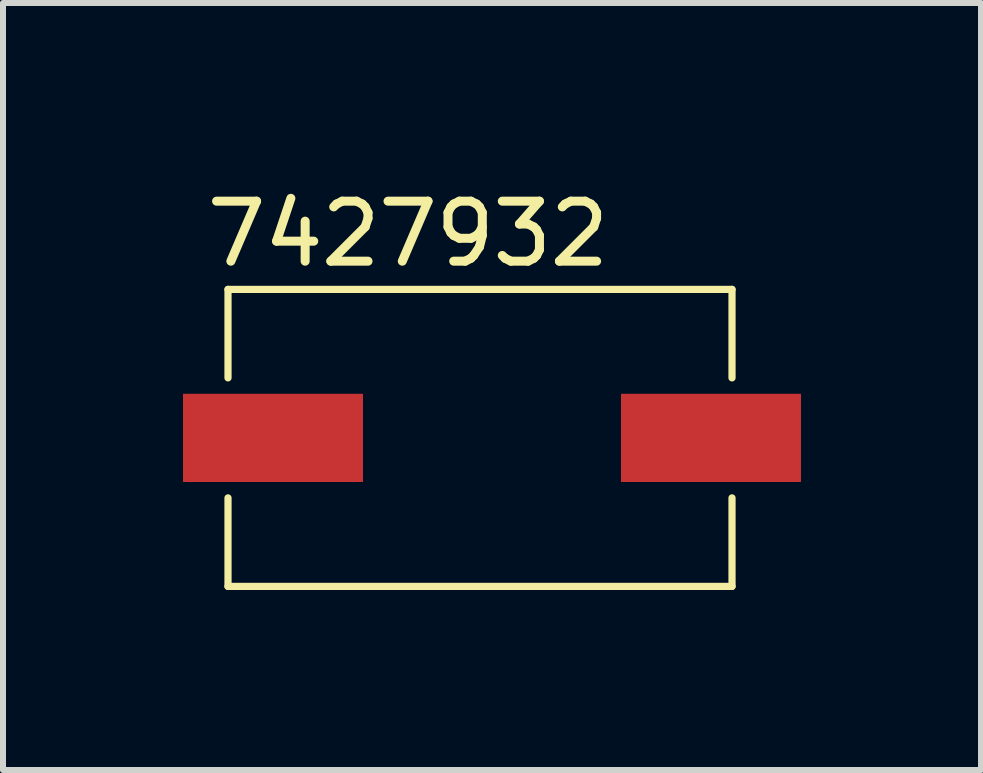
<source format=kicad_pcb>
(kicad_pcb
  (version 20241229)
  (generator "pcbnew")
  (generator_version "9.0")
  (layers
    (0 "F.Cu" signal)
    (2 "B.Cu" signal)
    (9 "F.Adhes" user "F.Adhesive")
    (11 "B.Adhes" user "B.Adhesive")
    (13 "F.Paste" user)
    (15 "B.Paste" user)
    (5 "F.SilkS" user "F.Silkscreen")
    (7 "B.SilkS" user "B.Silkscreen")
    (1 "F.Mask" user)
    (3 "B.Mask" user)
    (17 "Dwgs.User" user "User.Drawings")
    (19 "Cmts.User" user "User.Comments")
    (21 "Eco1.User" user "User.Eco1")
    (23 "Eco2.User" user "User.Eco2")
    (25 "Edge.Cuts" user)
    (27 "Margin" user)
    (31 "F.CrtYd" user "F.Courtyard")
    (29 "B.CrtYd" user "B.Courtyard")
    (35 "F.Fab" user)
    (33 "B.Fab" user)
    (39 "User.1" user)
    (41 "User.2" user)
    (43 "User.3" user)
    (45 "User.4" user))
  (footprint "7427932"
    (layer "F.Cu")
    (at 5.15 4.248)
    (property "Reference" "7427932" (at -1.4 -3.4 0) (unlocked yes) (layer "F.SilkS") (effects (font (size 1 1) (thickness 0.15))))
    (attr smd)
    (fp_line (start -4.4 -2.475) (end -4.4 -1) (stroke (width 0.12) (type solid)) (layer "F.SilkS"))
    (fp_line (start -4.4 2.475) (end -4.4 1) (stroke (width 0.12) (type solid)) (layer "F.SilkS"))
    (fp_line (start -4.4 2.475) (end 4 2.475) (stroke (width 0.12) (type solid)) (layer "F.SilkS"))
    (fp_line (start 4 -2.475) (end -4.4 -2.475) (stroke (width 0.12) (type solid)) (layer "F.SilkS"))
    (fp_line (start 4 -2.475) (end 4 -1) (stroke (width 0.12) (type solid)) (layer "F.SilkS"))
    (fp_line (start 4 2.475) (end 4 1) (stroke (width 0.12) (type solid)) (layer "F.SilkS"))
    (pad "1" smd rect (at -3.65 0) (size 3 1.47) (layers "F.Cu" "F.Mask" "F.Paste"))
    (pad "2" smd rect (at 3.65 0) (size 3 1.47) (layers "F.Cu" "F.Mask" "F.Paste")))
  (gr_rect
    (start -3 -3)
    (end 13.3 9.783)
    (stroke (width 0.1) (type default))
    (fill no)
    (layer "Edge.Cuts")))
</source>
